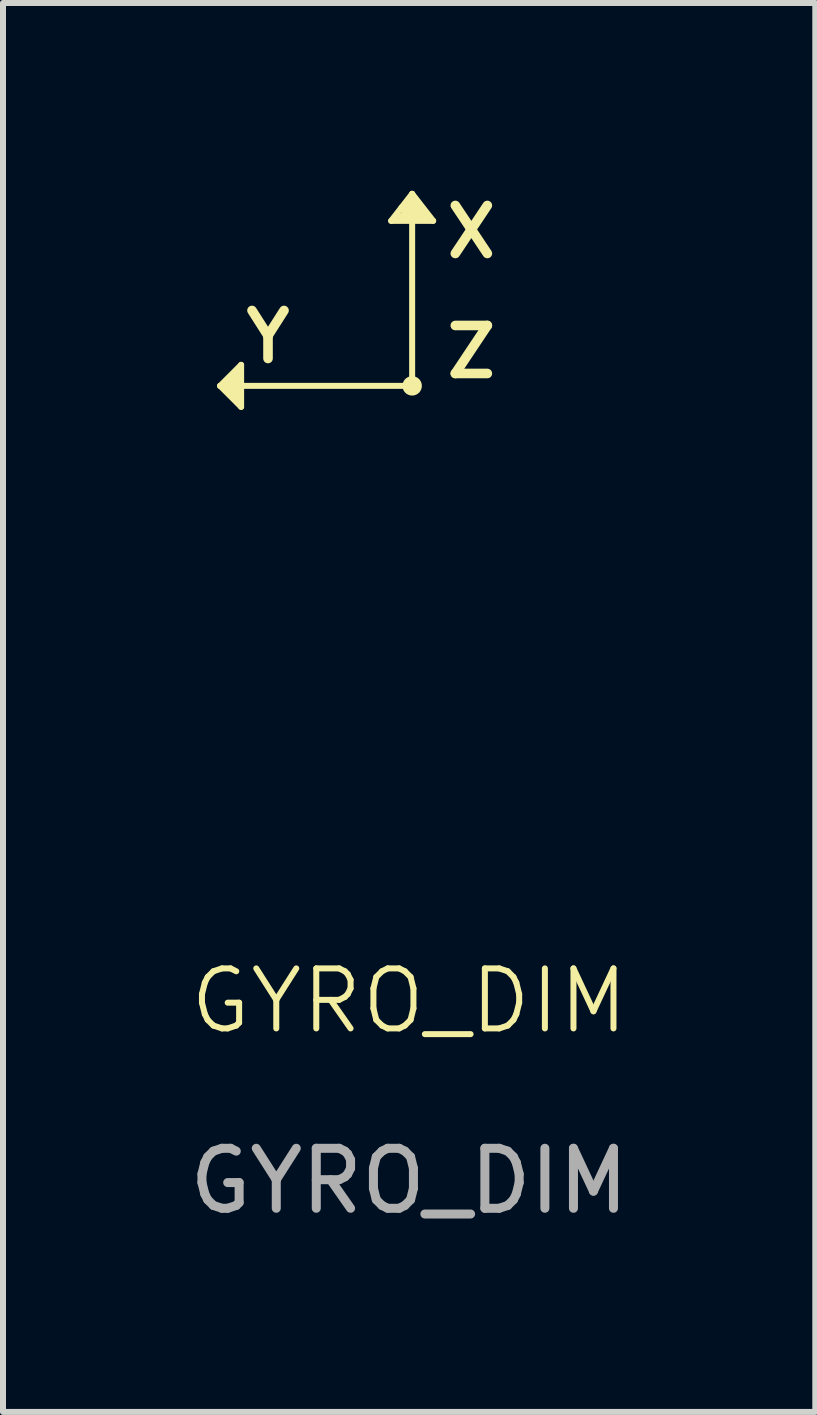
<source format=kicad_pcb>
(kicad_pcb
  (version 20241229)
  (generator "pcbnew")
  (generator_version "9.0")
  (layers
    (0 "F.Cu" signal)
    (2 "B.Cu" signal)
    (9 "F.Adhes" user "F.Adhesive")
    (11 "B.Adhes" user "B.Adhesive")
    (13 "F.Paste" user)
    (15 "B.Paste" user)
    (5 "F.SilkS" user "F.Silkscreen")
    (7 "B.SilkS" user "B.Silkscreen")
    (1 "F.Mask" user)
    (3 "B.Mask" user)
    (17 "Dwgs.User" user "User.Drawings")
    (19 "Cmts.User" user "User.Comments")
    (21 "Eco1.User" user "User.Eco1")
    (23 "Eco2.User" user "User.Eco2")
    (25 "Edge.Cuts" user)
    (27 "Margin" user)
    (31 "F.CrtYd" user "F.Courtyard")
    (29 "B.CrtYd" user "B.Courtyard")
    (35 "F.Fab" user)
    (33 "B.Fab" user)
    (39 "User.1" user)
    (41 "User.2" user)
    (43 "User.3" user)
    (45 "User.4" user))
  (footprint "GYRO_DIM"
    (layer "F.Cu")
    (at 3.818 3.38)
    (property "Reference" "GYRO_DIM" (at -0.05 10.25 0) (unlocked yes) (layer "F.SilkS") (effects (font (size 1 1) (thickness 0.1))))
    (attr smd)
    (fp_line (start -3.2 0) (end -2.85 -0.35) (stroke (width 0.1) (type default)) (layer "F.SilkS"))
    (fp_line (start -3.1 0.05) (end -2.95 0.05) (stroke (width 0.1) (type default)) (layer "F.SilkS"))
    (fp_line (start -2.95 -0.15) (end -3.05 -0.05) (stroke (width 0.1) (type default)) (layer "F.SilkS"))
    (fp_line (start -2.95 0.05) (end -2.95 -0.15) (stroke (width 0.1) (type default)) (layer "F.SilkS"))
    (fp_line (start -2.95 0.15) (end -3.1 0.05) (stroke (width 0.1) (type default)) (layer "F.SilkS"))
    (fp_line (start -2.9 -0.2) (end -2.95 0.15) (stroke (width 0.1) (type default)) (layer "F.SilkS"))
    (fp_line (start -2.9 0.25) (end -2.9 -0.2) (stroke (width 0.1) (type default)) (layer "F.SilkS"))
    (fp_line (start -2.85 -0.35) (end -2.85 0.35) (stroke (width 0.1) (type default)) (layer "F.SilkS"))
    (fp_line (start -2.85 0.35) (end -3.2 0) (stroke (width 0.1) (type default)) (layer "F.SilkS"))
    (fp_line (start -0.35 -2.75) (end 0 -3.2) (stroke (width 0.1) (type default)) (layer "F.SilkS"))
    (fp_line (start -0.2 -2.8) (end -0.1 -2.9) (stroke (width 0.1) (type default)) (layer "F.SilkS"))
    (fp_line (start -0.175 -2.975) (end -0.1 -2.9) (stroke (width 0.1) (type default)) (layer "F.SilkS"))
    (fp_line (start -0.1 -3) (end -0.1 -2.8) (stroke (width 0.1) (type default)) (layer "F.SilkS"))
    (fp_line (start -0.1 -2.8) (end -0.2 -2.8) (stroke (width 0.1) (type default)) (layer "F.SilkS"))
    (fp_line (start -0.05 -3) (end -0.1 -3) (stroke (width 0.1) (type default)) (layer "F.SilkS"))
    (fp_line (start -0.05 -2.8) (end -0.05 -3) (stroke (width 0.1) (type default)) (layer "F.SilkS"))
    (fp_line (start 0 -3.2) (end 0.35 -2.75) (stroke (width 0.1) (type default)) (layer "F.SilkS"))
    (fp_line (start 0 -3.1) (end -0.05 -3.05) (stroke (width 0.1) (type default)) (layer "F.SilkS"))
    (fp_line (start 0 0) (end -3.2 0) (stroke (width 0.1) (type default)) (layer "F.SilkS"))
    (fp_line (start 0 0) (end 0 -3.2) (stroke (width 0.1) (type default)) (layer "F.SilkS"))
    (fp_line (start 0.05 -3.05) (end 0.2 -2.8) (stroke (width 0.1) (type default)) (layer "F.SilkS"))
    (fp_line (start 0.05 -2.85) (end 0.05 -2.95) (stroke (width 0.1) (type default)) (layer "F.SilkS"))
    (fp_line (start 0.2 -2.8) (end 0.05 -2.85) (stroke (width 0.1) (type default)) (layer "F.SilkS"))
    (fp_line (start 0.35 -2.75) (end -0.35 -2.75) (stroke (width 0.1) (type default)) (layer "F.SilkS"))
    (fp_circle (center 0 0) (end 0.05 -0.1) (stroke (width 0.1) (type default)) (fill no) (layer "F.SilkS"))
    (fp_circle (center 0 0) (end 0.05 -0.05) (stroke (width 0.1) (type default)) (fill no) (layer "F.SilkS"))
    (fp_text user "Y" (at -2.85 -0.35 0) (unlocked yes) (layer "F.SilkS") (effects (font (size 0.8 0.8) (thickness 0.16) (bold yes)) (justify left bottom)))
    (fp_text user "Z" (at 0.5 -0.1 0) (unlocked yes) (layer "F.SilkS") (effects (font (size 0.8 0.8) (thickness 0.16) (bold yes)) (justify left bottom)))
    (fp_text user "X" (at 0.5 -2.1 0) (unlocked yes) (layer "F.SilkS") (effects (font (size 0.8 0.8) (thickness 0.16) (bold yes)) (justify left bottom)))
    (fp_text user "${REFERENCE}" (at -0.05 13.25 0) (unlocked yes) (layer "F.Fab") (effects (font (size 1 1) (thickness 0.15)))))
  (gr_rect
    (start -3 -3)
    (end 10.536 20.478)
    (stroke (width 0.1) (type default))
    (fill no)
    (layer "Edge.Cuts")))
</source>
